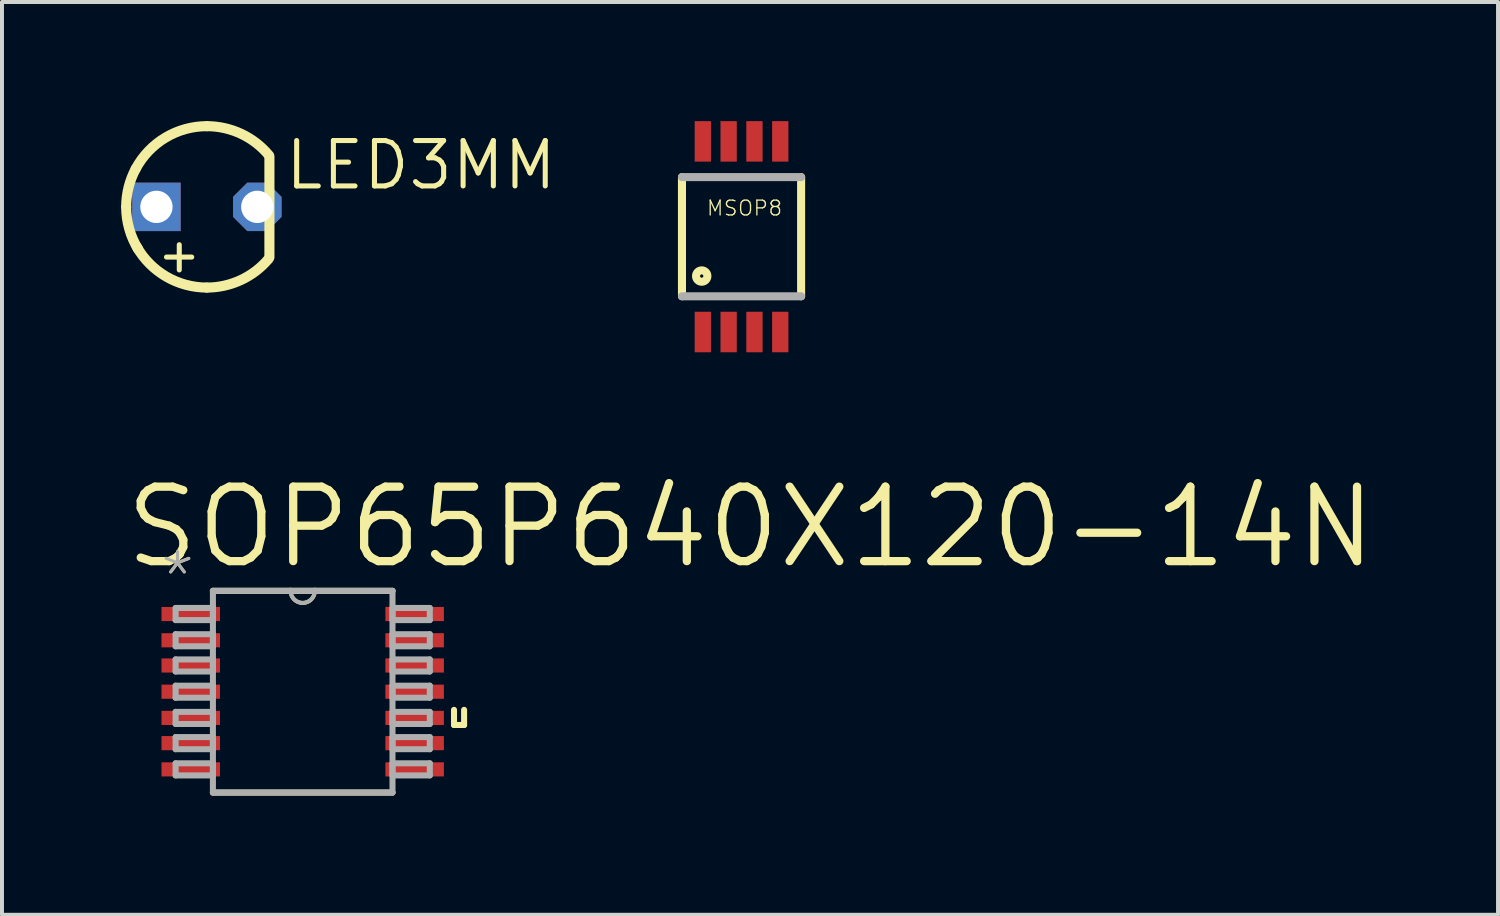
<source format=kicad_pcb>
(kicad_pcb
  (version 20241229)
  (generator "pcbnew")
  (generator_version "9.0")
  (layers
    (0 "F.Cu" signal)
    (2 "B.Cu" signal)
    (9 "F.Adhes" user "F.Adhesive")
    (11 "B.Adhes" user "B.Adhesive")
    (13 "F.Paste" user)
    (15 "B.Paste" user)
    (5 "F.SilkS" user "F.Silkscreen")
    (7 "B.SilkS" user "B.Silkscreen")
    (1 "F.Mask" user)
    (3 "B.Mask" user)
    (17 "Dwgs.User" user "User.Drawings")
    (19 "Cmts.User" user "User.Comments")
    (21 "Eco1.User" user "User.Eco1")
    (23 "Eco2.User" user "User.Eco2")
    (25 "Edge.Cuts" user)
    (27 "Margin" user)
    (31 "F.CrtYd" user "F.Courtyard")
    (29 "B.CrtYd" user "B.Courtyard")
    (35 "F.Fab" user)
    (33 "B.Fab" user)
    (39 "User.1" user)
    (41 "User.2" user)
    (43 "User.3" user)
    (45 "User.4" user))
  (footprint "MSOP8"
    (layer "F.Cu")
    (at 15.622 2.91)
    (property "Reference" "MSOP8" (at -0.9 -0.5 0) (unlocked yes) (layer "F.SilkS") (effects (font (size 0.374 0.374) (thickness 0.033)) (justify left bottom)))
    (fp_line (start -1.5 -1.5) (end -1.5 1.5) (stroke (width 0.203) (type solid)) (layer "F.SilkS"))
    (fp_line (start 1.5 1.5) (end 1.5 -1.5) (stroke (width 0.203) (type solid)) (layer "F.SilkS"))
    (fp_circle (center -1.003 0.991) (end -0.86 0.991) (stroke (width 0.203) (type solid)) (fill no) (layer "F.SilkS"))
    (fp_line (start -1.5 1.5) (end 1.5 1.5) (stroke (width 0.203) (type solid)) (layer "F.Fab"))
    (fp_line (start 1.5 -1.5) (end -1.5 -1.5) (stroke (width 0.203) (type solid)) (layer "F.Fab"))
    (pad "1" smd rect (at -0.975 2.4) (size 0.41 1.02) (layers "F.Cu" "F.Mask" "F.Paste"))
    (pad "2" smd rect (at -0.325 2.4) (size 0.41 1.02) (layers "F.Cu" "F.Mask" "F.Paste"))
    (pad "3" smd rect (at 0.325 2.4) (size 0.41 1.02) (layers "F.Cu" "F.Mask" "F.Paste"))
    (pad "4" smd rect (at 0.975 2.4) (size 0.41 1.02) (layers "F.Cu" "F.Mask" "F.Paste"))
    (pad "5" smd rect (at 0.975 -2.4) (size 0.41 1.02) (layers "F.Cu" "F.Mask" "F.Paste"))
    (pad "6" smd rect (at 0.325 -2.4) (size 0.41 1.02) (layers "F.Cu" "F.Mask" "F.Paste"))
    (pad "7" smd rect (at -0.325 -2.4) (size 0.41 1.02) (layers "F.Cu" "F.Mask" "F.Paste"))
    (pad "8" smd rect (at -0.975 -2.4) (size 0.41 1.02) (layers "F.Cu" "F.Mask" "F.Paste")))
  (footprint "LED3MM"
    (layer "F.Cu")
    (at 2.159 2.159)
    (property "Reference" "LED3MM" (at 1.905 -0.381 0) (unlocked yes) (layer "F.SilkS") (effects (font (size 1.143 1.143) (thickness 0.127)) (justify left bottom)))
    (fp_line (start -0.695 1.588) (end -0.695 0.953) (stroke (width 0.127) (type solid)) (layer "F.SilkS"))
    (fp_line (start -0.382 1.264) (end -1.017 1.264) (stroke (width 0.127) (type solid)) (layer "F.SilkS"))
    (fp_line (start 1.575 1.27) (end 1.575 -1.27) (stroke (width 0.254) (type solid)) (layer "F.SilkS"))
    (fp_arc (start -2.032 0) (mid -1.970339 -0.496775) (end -1.7891 -0.9634) (stroke (width 0.254) (type solid)) (layer "F.SilkS"))
    (fp_arc (start -1.7929 -0.9562) (mid -1.045438 -1.7424) (end 0 -2.032) (stroke (width 0.254) (type solid)) (layer "F.SilkS"))
    (fp_arc (start -1.7306 1.065) (mid -1.95521 0.553417) (end -2.032 0) (stroke (width 0.254) (type solid)) (layer "F.SilkS"))
    (fp_arc (start 0 -2.032) (mid 0.861864 -1.840173) (end 1.561 -1.3009) (stroke (width 0.254) (type solid)) (layer "F.SilkS"))
    (fp_arc (start 0 2.032) (mid -1.019924 1.757525) (end -1.7643 1.0082) (stroke (width 0.254) (type solid)) (layer "F.SilkS"))
    (fp_arc (start 1.5512 1.3126) (mid 0.854953 1.843405) (end 0 2.032) (stroke (width 0.254) (type solid)) (layer "F.SilkS"))
    (pad "A" thru_hole rect (at -1.27 0) (size 1.219 1.219) (drill 0.813) (layers "*.Cu" "*.Mask"))
    (pad "K" thru_hole roundrect (at 1.27 0) (size 1.219 1.219) (drill 0.813) (layers "*.Cu" "*.Mask") (roundrect_rratio 0.25) (chamfer_ratio 0.293) (chamfer top_left top_right bottom_left bottom_right)))
  (footprint "SOP65P640X120-14N"
    (layer "F.Cu")
    (at 4.572 14.367)
    (property "Reference" "SOP65P640X120-14N" (at -4.572 -3.048 0) (unlocked yes) (layer "F.SilkS") (effects (font (size 1.875 1.875) (thickness 0.208)) (justify left bottom)))
    (fp_line (start -2.261 2.54) (end 2.261 2.54) (stroke (width 0.152) (type solid)) (layer "F.SilkS"))
    (fp_line (start -0.305 -2.54) (end -2.261 -2.54) (stroke (width 0.152) (type solid)) (layer "F.SilkS"))
    (fp_line (start 0.305 -2.54) (end -0.305 -2.54) (stroke (width 0.152) (type solid)) (layer "F.SilkS"))
    (fp_line (start 2.261 -2.54) (end 0.305 -2.54) (stroke (width 0.152) (type solid)) (layer "F.SilkS"))
    (fp_line (start 3.81 0.838) (end 3.81 0.457) (stroke (width 0.152) (type solid)) (layer "F.SilkS"))
    (fp_line (start 4.064 0.457) (end 4.064 0.838) (stroke (width 0.152) (type solid)) (layer "F.SilkS"))
    (fp_line (start 4.064 0.838) (end 3.81 0.838) (stroke (width 0.152) (type solid)) (layer "F.SilkS"))
    (fp_arc (start 0.3048 -2.54) (mid 0 -2.2352) (end -0.3048 -2.54) (stroke (width 0.1) (type solid)) (layer "F.SilkS"))
    (fp_line (start -3.2 -2.108) (end -3.2 -1.803) (stroke (width 0.152) (type solid)) (layer "F.Fab"))
    (fp_line (start -3.2 -1.803) (end -2.261 -1.803) (stroke (width 0.152) (type solid)) (layer "F.Fab"))
    (fp_line (start -3.2 -1.448) (end -3.2 -1.143) (stroke (width 0.152) (type solid)) (layer "F.Fab"))
    (fp_line (start -3.2 -1.143) (end -2.261 -1.143) (stroke (width 0.152) (type solid)) (layer "F.Fab"))
    (fp_line (start -3.2 -0.813) (end -3.2 -0.508) (stroke (width 0.152) (type solid)) (layer "F.Fab"))
    (fp_line (start -3.2 -0.508) (end -2.261 -0.508) (stroke (width 0.152) (type solid)) (layer "F.Fab"))
    (fp_line (start -3.2 -0.152) (end -3.2 0.152) (stroke (width 0.152) (type solid)) (layer "F.Fab"))
    (fp_line (start -3.2 0.152) (end -2.261 0.152) (stroke (width 0.152) (type solid)) (layer "F.Fab"))
    (fp_line (start -3.2 0.508) (end -3.2 0.813) (stroke (width 0.152) (type solid)) (layer "F.Fab"))
    (fp_line (start -3.2 0.813) (end -2.261 0.813) (stroke (width 0.152) (type solid)) (layer "F.Fab"))
    (fp_line (start -3.2 1.143) (end -3.2 1.448) (stroke (width 0.152) (type solid)) (layer "F.Fab"))
    (fp_line (start -3.2 1.448) (end -2.261 1.448) (stroke (width 0.152) (type solid)) (layer "F.Fab"))
    (fp_line (start -3.2 1.803) (end -3.2 2.108) (stroke (width 0.152) (type solid)) (layer "F.Fab"))
    (fp_line (start -3.2 2.108) (end -2.261 2.108) (stroke (width 0.152) (type solid)) (layer "F.Fab"))
    (fp_line (start -2.261 -2.54) (end -2.261 2.54) (stroke (width 0.152) (type solid)) (layer "F.Fab"))
    (fp_line (start -2.261 -2.108) (end -3.2 -2.108) (stroke (width 0.152) (type solid)) (layer "F.Fab"))
    (fp_line (start -2.261 -1.803) (end -2.261 -2.108) (stroke (width 0.152) (type solid)) (layer "F.Fab"))
    (fp_line (start -2.261 -1.448) (end -3.2 -1.448) (stroke (width 0.152) (type solid)) (layer "F.Fab"))
    (fp_line (start -2.261 -1.143) (end -2.261 -1.448) (stroke (width 0.152) (type solid)) (layer "F.Fab"))
    (fp_line (start -2.261 -0.813) (end -3.2 -0.813) (stroke (width 0.152) (type solid)) (layer "F.Fab"))
    (fp_line (start -2.261 -0.508) (end -2.261 -0.813) (stroke (width 0.152) (type solid)) (layer "F.Fab"))
    (fp_line (start -2.261 -0.152) (end -3.2 -0.152) (stroke (width 0.152) (type solid)) (layer "F.Fab"))
    (fp_line (start -2.261 0.152) (end -2.261 -0.152) (stroke (width 0.152) (type solid)) (layer "F.Fab"))
    (fp_line (start -2.261 0.508) (end -3.2 0.508) (stroke (width 0.152) (type solid)) (layer "F.Fab"))
    (fp_line (start -2.261 0.813) (end -2.261 0.508) (stroke (width 0.152) (type solid)) (layer "F.Fab"))
    (fp_line (start -2.261 1.143) (end -3.2 1.143) (stroke (width 0.152) (type solid)) (layer "F.Fab"))
    (fp_line (start -2.261 1.448) (end -2.261 1.143) (stroke (width 0.152) (type solid)) (layer "F.Fab"))
    (fp_line (start -2.261 1.803) (end -3.2 1.803) (stroke (width 0.152) (type solid)) (layer "F.Fab"))
    (fp_line (start -2.261 2.108) (end -2.261 1.803) (stroke (width 0.152) (type solid)) (layer "F.Fab"))
    (fp_line (start -2.261 2.54) (end 2.261 2.54) (stroke (width 0.152) (type solid)) (layer "F.Fab"))
    (fp_line (start -0.305 -2.54) (end -2.261 -2.54) (stroke (width 0.152) (type solid)) (layer "F.Fab"))
    (fp_line (start 0.305 -2.54) (end -0.305 -2.54) (stroke (width 0.152) (type solid)) (layer "F.Fab"))
    (fp_line (start 2.261 -2.54) (end 0.305 -2.54) (stroke (width 0.152) (type solid)) (layer "F.Fab"))
    (fp_line (start 2.261 -2.108) (end 2.261 -1.803) (stroke (width 0.152) (type solid)) (layer "F.Fab"))
    (fp_line (start 2.261 -1.803) (end 3.2 -1.803) (stroke (width 0.152) (type solid)) (layer "F.Fab"))
    (fp_line (start 2.261 -1.448) (end 2.261 -1.143) (stroke (width 0.152) (type solid)) (layer "F.Fab"))
    (fp_line (start 2.261 -1.143) (end 3.2 -1.143) (stroke (width 0.152) (type solid)) (layer "F.Fab"))
    (fp_line (start 2.261 -0.813) (end 2.261 -0.508) (stroke (width 0.152) (type solid)) (layer "F.Fab"))
    (fp_line (start 2.261 -0.508) (end 3.2 -0.508) (stroke (width 0.152) (type solid)) (layer "F.Fab"))
    (fp_line (start 2.261 -0.152) (end 2.261 0.152) (stroke (width 0.152) (type solid)) (layer "F.Fab"))
    (fp_line (start 2.261 0.152) (end 3.2 0.152) (stroke (width 0.152) (type solid)) (layer "F.Fab"))
    (fp_line (start 2.261 0.508) (end 2.261 0.813) (stroke (width 0.152) (type solid)) (layer "F.Fab"))
    (fp_line (start 2.261 0.813) (end 3.2 0.813) (stroke (width 0.152) (type solid)) (layer "F.Fab"))
    (fp_line (start 2.261 1.143) (end 2.261 1.448) (stroke (width 0.152) (type solid)) (layer "F.Fab"))
    (fp_line (start 2.261 1.448) (end 3.2 1.448) (stroke (width 0.152) (type solid)) (layer "F.Fab"))
    (fp_line (start 2.261 1.803) (end 2.261 2.108) (stroke (width 0.152) (type solid)) (layer "F.Fab"))
    (fp_line (start 2.261 2.108) (end 3.2 2.108) (stroke (width 0.152) (type solid)) (layer "F.Fab"))
    (fp_line (start 2.261 2.54) (end 2.261 -2.54) (stroke (width 0.152) (type solid)) (layer "F.Fab"))
    (fp_line (start 3.2 -2.108) (end 2.261 -2.108) (stroke (width 0.152) (type solid)) (layer "F.Fab"))
    (fp_line (start 3.2 -1.803) (end 3.2 -2.108) (stroke (width 0.152) (type solid)) (layer "F.Fab"))
    (fp_line (start 3.2 -1.448) (end 2.261 -1.448) (stroke (width 0.152) (type solid)) (layer "F.Fab"))
    (fp_line (start 3.2 -1.143) (end 3.2 -1.448) (stroke (width 0.152) (type solid)) (layer "F.Fab"))
    (fp_line (start 3.2 -0.813) (end 2.261 -0.813) (stroke (width 0.152) (type solid)) (layer "F.Fab"))
    (fp_line (start 3.2 -0.508) (end 3.2 -0.813) (stroke (width 0.152) (type solid)) (layer "F.Fab"))
    (fp_line (start 3.2 -0.152) (end 2.261 -0.152) (stroke (width 0.152) (type solid)) (layer "F.Fab"))
    (fp_line (start 3.2 0.152) (end 3.2 -0.152) (stroke (width 0.152) (type solid)) (layer "F.Fab"))
    (fp_line (start 3.2 0.508) (end 2.261 0.508) (stroke (width 0.152) (type solid)) (layer "F.Fab"))
    (fp_line (start 3.2 0.813) (end 3.2 0.508) (stroke (width 0.152) (type solid)) (layer "F.Fab"))
    (fp_line (start 3.2 1.143) (end 2.261 1.143) (stroke (width 0.152) (type solid)) (layer "F.Fab"))
    (fp_line (start 3.2 1.448) (end 3.2 1.143) (stroke (width 0.152) (type solid)) (layer "F.Fab"))
    (fp_line (start 3.2 1.803) (end 2.261 1.803) (stroke (width 0.152) (type solid)) (layer "F.Fab"))
    (fp_line (start 3.2 2.108) (end 3.2 1.803) (stroke (width 0.152) (type solid)) (layer "F.Fab"))
    (fp_arc (start 0.3048 -2.54) (mid 0 -2.2352) (end -0.3048 -2.54) (stroke (width 0.1) (type solid)) (layer "F.Fab"))
    (fp_text user "*" (at -3.658 -2.184 0) (unlocked yes) (layer "F.SilkS") (effects (font (size 1.194 1.194) (thickness 0.076)) (justify left bottom)))
    (fp_text user "*" (at -3.658 -2.184 0) (unlocked yes) (layer "F.Fab") (effects (font (size 1.194 1.194) (thickness 0.076)) (justify left bottom)))
    (pad "1" smd rect (at -2.819 -1.956) (size 1.473 0.356) (layers "F.Cu" "F.Mask" "F.Paste"))
    (pad "2" smd rect (at -2.819 -1.295) (size 1.473 0.356) (layers "F.Cu" "F.Mask" "F.Paste"))
    (pad "3" smd rect (at -2.819 -0.66) (size 1.473 0.356) (layers "F.Cu" "F.Mask" "F.Paste"))
    (pad "4" smd rect (at -2.819 0) (size 1.473 0.356) (layers "F.Cu" "F.Mask" "F.Paste"))
    (pad "5" smd rect (at -2.819 0.66) (size 1.473 0.356) (layers "F.Cu" "F.Mask" "F.Paste"))
    (pad "6" smd rect (at -2.819 1.295) (size 1.473 0.356) (layers "F.Cu" "F.Mask" "F.Paste"))
    (pad "7" smd rect (at -2.819 1.956) (size 1.473 0.356) (layers "F.Cu" "F.Mask" "F.Paste"))
    (pad "8" smd rect (at 2.819 1.956) (size 1.473 0.356) (layers "F.Cu" "F.Mask" "F.Paste"))
    (pad "9" smd rect (at 2.819 1.295) (size 1.473 0.356) (layers "F.Cu" "F.Mask" "F.Paste"))
    (pad "10" smd rect (at 2.819 0.66) (size 1.473 0.356) (layers "F.Cu" "F.Mask" "F.Paste"))
    (pad "11" smd rect (at 2.819 0) (size 1.473 0.356) (layers "F.Cu" "F.Mask" "F.Paste"))
    (pad "12" smd rect (at 2.819 -0.66) (size 1.473 0.356) (layers "F.Cu" "F.Mask" "F.Paste"))
    (pad "13" smd rect (at 2.819 -1.295) (size 1.473 0.356) (layers "F.Cu" "F.Mask" "F.Paste"))
    (pad "14" smd rect (at 2.819 -1.956) (size 1.473 0.356) (layers "F.Cu" "F.Mask" "F.Paste")))
  (gr_rect
    (start -3 -3)
    (end 34.67 19.984)
    (stroke (width 0.1) (type default))
    (fill no)
    (layer "Edge.Cuts")))
</source>
